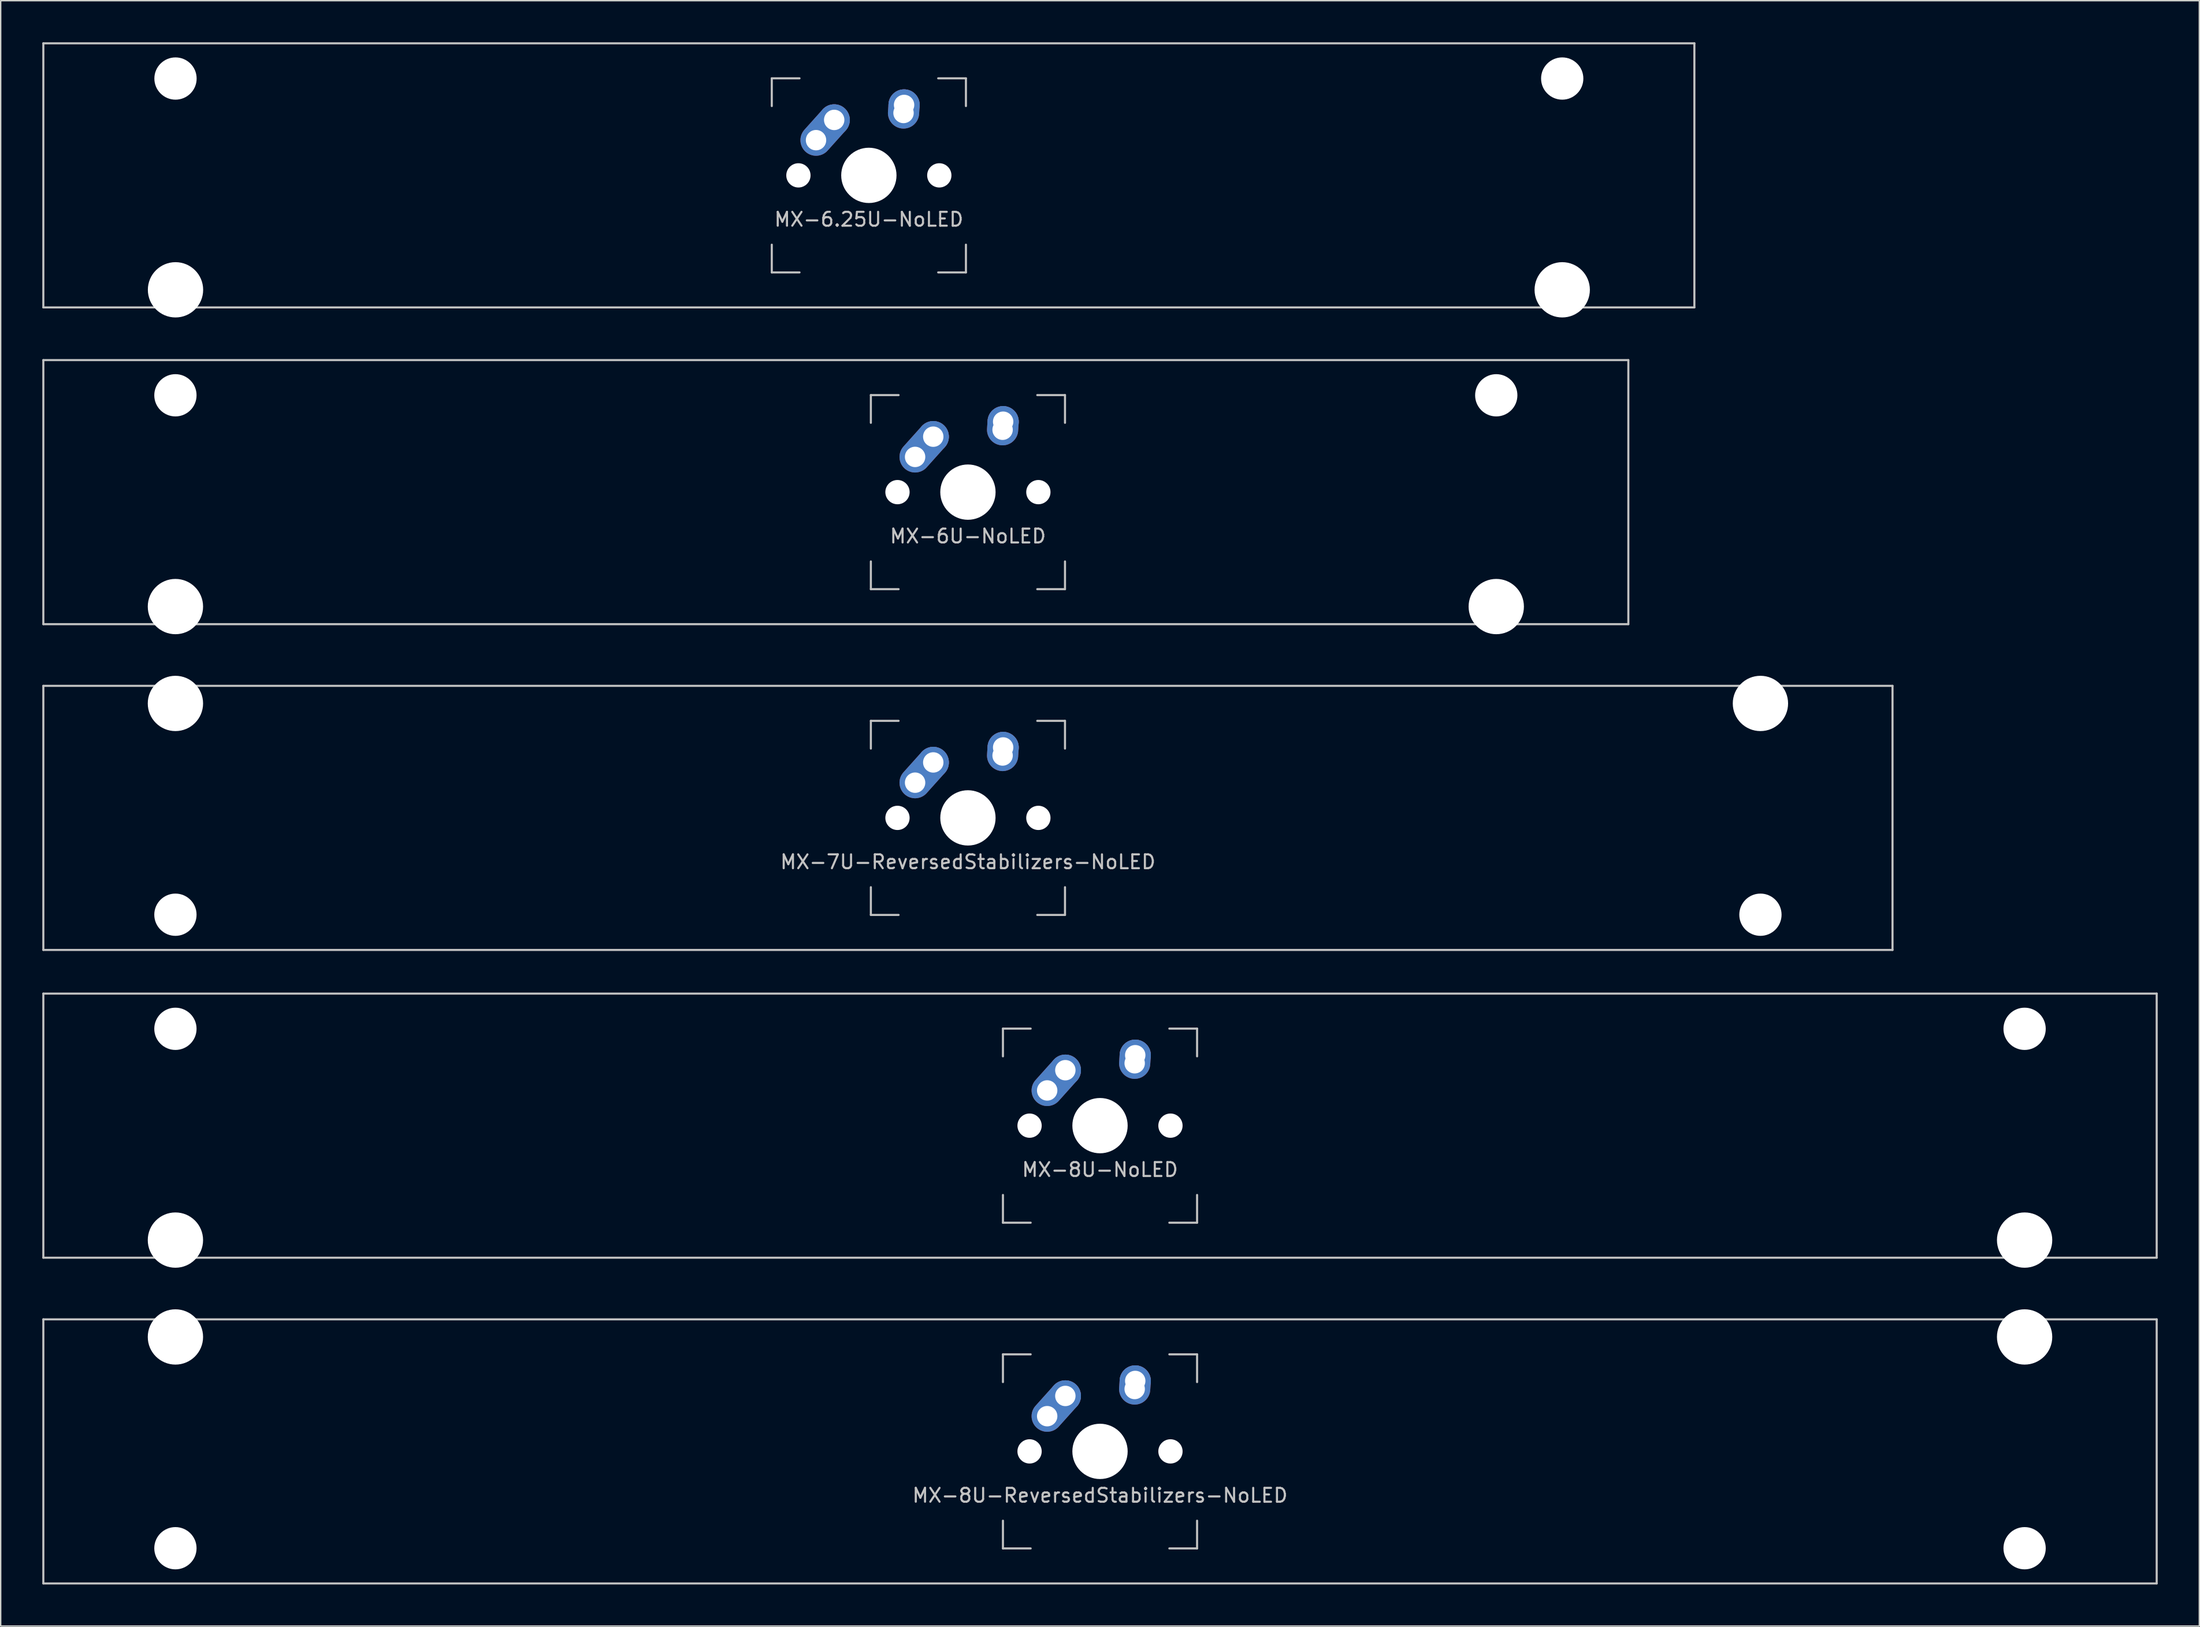
<source format=kicad_pcb>
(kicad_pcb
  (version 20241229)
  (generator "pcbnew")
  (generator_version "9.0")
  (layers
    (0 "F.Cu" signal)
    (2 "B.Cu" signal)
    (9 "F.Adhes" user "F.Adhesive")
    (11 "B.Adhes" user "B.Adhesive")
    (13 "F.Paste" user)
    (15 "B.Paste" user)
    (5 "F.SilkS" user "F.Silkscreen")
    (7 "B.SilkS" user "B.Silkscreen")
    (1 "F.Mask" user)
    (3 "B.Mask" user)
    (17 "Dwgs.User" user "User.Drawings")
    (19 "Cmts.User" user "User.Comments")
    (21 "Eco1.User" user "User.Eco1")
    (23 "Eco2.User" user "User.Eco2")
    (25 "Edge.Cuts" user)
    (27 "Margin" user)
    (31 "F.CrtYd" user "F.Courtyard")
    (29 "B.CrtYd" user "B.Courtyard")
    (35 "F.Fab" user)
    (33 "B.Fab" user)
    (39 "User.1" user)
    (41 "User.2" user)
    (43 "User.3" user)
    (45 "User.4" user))
  (footprint "MX-8U-ReversedStabilizers-NoLED"
    (layer "F.Cu")
    (at 76.275 101.644)
    (property "Reference" "MX-8U-ReversedStabilizers-NoLED" (at 0 3.175 0) (layer "Dwgs.User") (effects (font (size 1 1) (thickness 0.15))))
    (attr through_hole)
    (fp_line (start -76.2 -9.525) (end 76.2 -9.525) (stroke (width 0.15) (type solid)) (layer "Dwgs.User"))
    (fp_line (start -76.2 9.525) (end -76.2 -9.525) (stroke (width 0.15) (type solid)) (layer "Dwgs.User"))
    (fp_line (start -76.2 9.525) (end 76.2 9.525) (stroke (width 0.15) (type solid)) (layer "Dwgs.User"))
    (fp_line (start -7 -7) (end -7 -5) (stroke (width 0.15) (type solid)) (layer "Dwgs.User"))
    (fp_line (start -7 5) (end -7 7) (stroke (width 0.15) (type solid)) (layer "Dwgs.User"))
    (fp_line (start -7 7) (end -5 7) (stroke (width 0.15) (type solid)) (layer "Dwgs.User"))
    (fp_line (start -5 -7) (end -7 -7) (stroke (width 0.15) (type solid)) (layer "Dwgs.User"))
    (fp_line (start 5 -7) (end 7 -7) (stroke (width 0.15) (type solid)) (layer "Dwgs.User"))
    (fp_line (start 5 7) (end 7 7) (stroke (width 0.15) (type solid)) (layer "Dwgs.User"))
    (fp_line (start 7 -7) (end 7 -5) (stroke (width 0.15) (type solid)) (layer "Dwgs.User"))
    (fp_line (start 7 7) (end 7 5) (stroke (width 0.15) (type solid)) (layer "Dwgs.User"))
    (fp_line (start 76.2 -9.525) (end 76.2 9.525) (stroke (width 0.15) (type solid)) (layer "Dwgs.User"))
    (pad "" np_thru_hole circle (at -66.675 -8.255) (size 3.988 3.988) (drill 3.988) (layers "*.Cu" "*.Mask"))
    (pad "" np_thru_hole circle (at -66.675 6.985) (size 3.048 3.048) (drill 3.048) (layers "*.Cu" "*.Mask"))
    (pad "" np_thru_hole circle (at -5.08 0 48.1) (size 1.75 1.75) (drill 1.75) (layers "*.Cu" "*.Mask"))
    (pad "" np_thru_hole circle (at 0 0) (size 3.988 3.988) (drill 3.988) (layers "*.Cu" "*.Mask"))
    (pad "" np_thru_hole circle (at 5.08 0 48.1) (size 1.75 1.75) (drill 1.75) (layers "*.Cu" "*.Mask"))
    (pad "" np_thru_hole circle (at 66.675 -8.255) (size 3.988 3.988) (drill 3.988) (layers "*.Cu" "*.Mask"))
    (pad "" np_thru_hole circle (at 66.675 6.985) (size 3.048 3.048) (drill 3.048) (layers "*.Cu" "*.Mask"))
    (pad "1" thru_hole oval (at -3.81 -2.54 48.1) (size 4.212 2.25) (drill 1.47 (offset 0.981 0)) (layers "*.Cu" "B.Mask"))
    (pad "1" thru_hole circle (at -2.5 -4) (size 2.25 2.25) (drill 1.47) (layers "*.Cu" "B.Mask"))
    (pad "2" thru_hole oval (at 2.5 -4.5 86.055) (size 2.831 2.25) (drill 1.47 (offset 0.291 0)) (layers "*.Cu" "B.Mask"))
    (pad "2" thru_hole circle (at 2.54 -5.08) (size 2.25 2.25) (drill 1.47) (layers "*.Cu" "B.Mask")))
  (footprint "MX-8U-NoLED"
    (layer "F.Cu")
    (at 76.275 78.147)
    (property "Reference" "MX-8U-NoLED" (at 0 3.175 0) (layer "Dwgs.User") (effects (font (size 1 1) (thickness 0.15))))
    (attr through_hole)
    (fp_line (start -76.2 -9.525) (end 76.2 -9.525) (stroke (width 0.15) (type solid)) (layer "Dwgs.User"))
    (fp_line (start -76.2 9.525) (end -76.2 -9.525) (stroke (width 0.15) (type solid)) (layer "Dwgs.User"))
    (fp_line (start -76.2 9.525) (end 76.2 9.525) (stroke (width 0.15) (type solid)) (layer "Dwgs.User"))
    (fp_line (start -7 -7) (end -7 -5) (stroke (width 0.15) (type solid)) (layer "Dwgs.User"))
    (fp_line (start -7 5) (end -7 7) (stroke (width 0.15) (type solid)) (layer "Dwgs.User"))
    (fp_line (start -7 7) (end -5 7) (stroke (width 0.15) (type solid)) (layer "Dwgs.User"))
    (fp_line (start -5 -7) (end -7 -7) (stroke (width 0.15) (type solid)) (layer "Dwgs.User"))
    (fp_line (start 5 -7) (end 7 -7) (stroke (width 0.15) (type solid)) (layer "Dwgs.User"))
    (fp_line (start 5 7) (end 7 7) (stroke (width 0.15) (type solid)) (layer "Dwgs.User"))
    (fp_line (start 7 -7) (end 7 -5) (stroke (width 0.15) (type solid)) (layer "Dwgs.User"))
    (fp_line (start 7 7) (end 7 5) (stroke (width 0.15) (type solid)) (layer "Dwgs.User"))
    (fp_line (start 76.2 -9.525) (end 76.2 9.525) (stroke (width 0.15) (type solid)) (layer "Dwgs.User"))
    (pad "" np_thru_hole circle (at -66.675 -6.985) (size 3.048 3.048) (drill 3.048) (layers "*.Cu" "*.Mask"))
    (pad "" np_thru_hole circle (at -66.675 8.255) (size 3.988 3.988) (drill 3.988) (layers "*.Cu" "*.Mask"))
    (pad "" np_thru_hole circle (at -5.08 0 48.1) (size 1.75 1.75) (drill 1.75) (layers "*.Cu" "*.Mask"))
    (pad "" np_thru_hole circle (at 0 0) (size 3.988 3.988) (drill 3.988) (layers "*.Cu" "*.Mask"))
    (pad "" np_thru_hole circle (at 5.08 0 48.1) (size 1.75 1.75) (drill 1.75) (layers "*.Cu" "*.Mask"))
    (pad "" np_thru_hole circle (at 66.675 -6.985) (size 3.048 3.048) (drill 3.048) (layers "*.Cu" "*.Mask"))
    (pad "" np_thru_hole circle (at 66.675 8.255) (size 3.988 3.988) (drill 3.988) (layers "*.Cu" "*.Mask"))
    (pad "1" thru_hole oval (at -3.81 -2.54 48.1) (size 4.212 2.25) (drill 1.47 (offset 0.981 0)) (layers "*.Cu" "B.Mask"))
    (pad "1" thru_hole circle (at -2.5 -4) (size 2.25 2.25) (drill 1.47) (layers "*.Cu" "B.Mask"))
    (pad "2" thru_hole oval (at 2.5 -4.5 86.055) (size 2.831 2.25) (drill 1.47 (offset 0.291 0)) (layers "*.Cu" "B.Mask"))
    (pad "2" thru_hole circle (at 2.54 -5.08) (size 2.25 2.25) (drill 1.47) (layers "*.Cu" "B.Mask")))
  (footprint "MX-6U-NoLED"
    (layer "F.Cu")
    (at 57.225 32.449)
    (property "Reference" "MX-6U-NoLED" (at 9.525 3.175 0) (layer "Dwgs.User") (effects (font (size 1 1) (thickness 0.15))))
    (attr through_hole)
    (fp_line (start -57.15 -9.525) (end 57.15 -9.525) (stroke (width 0.15) (type solid)) (layer "Dwgs.User"))
    (fp_line (start -57.15 9.525) (end -57.15 -9.525) (stroke (width 0.15) (type solid)) (layer "Dwgs.User"))
    (fp_line (start -57.15 9.525) (end 57.15 9.525) (stroke (width 0.15) (type solid)) (layer "Dwgs.User"))
    (fp_line (start 2.525 -7) (end 2.525 -5) (stroke (width 0.15) (type solid)) (layer "Dwgs.User"))
    (fp_line (start 2.525 5) (end 2.525 7) (stroke (width 0.15) (type solid)) (layer "Dwgs.User"))
    (fp_line (start 2.525 7) (end 4.525 7) (stroke (width 0.15) (type solid)) (layer "Dwgs.User"))
    (fp_line (start 4.525 -7) (end 2.525 -7) (stroke (width 0.15) (type solid)) (layer "Dwgs.User"))
    (fp_line (start 14.525 -7) (end 16.525 -7) (stroke (width 0.15) (type solid)) (layer "Dwgs.User"))
    (fp_line (start 14.525 7) (end 16.525 7) (stroke (width 0.15) (type solid)) (layer "Dwgs.User"))
    (fp_line (start 16.525 -7) (end 16.525 -5) (stroke (width 0.15) (type solid)) (layer "Dwgs.User"))
    (fp_line (start 16.525 7) (end 16.525 5) (stroke (width 0.15) (type solid)) (layer "Dwgs.User"))
    (fp_line (start 57.15 -9.525) (end 57.15 9.525) (stroke (width 0.15) (type solid)) (layer "Dwgs.User"))
    (pad "" np_thru_hole circle (at -47.625 -6.985) (size 3.048 3.048) (drill 3.048) (layers "*.Cu" "*.Mask"))
    (pad "" np_thru_hole circle (at -47.625 8.255) (size 3.988 3.988) (drill 3.988) (layers "*.Cu" "*.Mask"))
    (pad "" np_thru_hole circle (at 4.445 0 48.1) (size 1.75 1.75) (drill 1.75) (layers "*.Cu" "*.Mask"))
    (pad "" np_thru_hole circle (at 9.525 0) (size 3.988 3.988) (drill 3.988) (layers "*.Cu" "*.Mask"))
    (pad "" np_thru_hole circle (at 14.605 0 48.1) (size 1.75 1.75) (drill 1.75) (layers "*.Cu" "*.Mask"))
    (pad "" np_thru_hole circle (at 47.625 -6.985) (size 3.048 3.048) (drill 3.048) (layers "*.Cu" "*.Mask"))
    (pad "" np_thru_hole circle (at 47.625 8.255) (size 3.988 3.988) (drill 3.988) (layers "*.Cu" "*.Mask"))
    (pad "1" thru_hole oval (at 5.715 -2.54 48.1) (size 4.212 2.25) (drill 1.47 (offset 0.981 0)) (layers "*.Cu" "B.Mask"))
    (pad "1" thru_hole circle (at 7.025 -4) (size 2.25 2.25) (drill 1.47) (layers "*.Cu" "B.Mask"))
    (pad "2" thru_hole oval (at 12.025 -4.5 86.055) (size 2.831 2.25) (drill 1.47 (offset 0.291 0)) (layers "*.Cu" "B.Mask"))
    (pad "2" thru_hole circle (at 12.065 -5.08) (size 2.25 2.25) (drill 1.47) (layers "*.Cu" "B.Mask")))
  (footprint "MX-7U-ReversedStabilizers-NoLED"
    (layer "F.Cu")
    (at 66.75 55.947)
    (property "Reference" "MX-7U-ReversedStabilizers-NoLED" (at 0 3.175 0) (layer "Dwgs.User") (effects (font (size 1 1) (thickness 0.15))))
    (attr through_hole)
    (fp_line (start -66.675 -9.525) (end 66.675 -9.525) (stroke (width 0.15) (type solid)) (layer "Dwgs.User"))
    (fp_line (start -66.675 9.525) (end -66.675 -9.525) (stroke (width 0.15) (type solid)) (layer "Dwgs.User"))
    (fp_line (start -66.675 9.525) (end 66.675 9.525) (stroke (width 0.15) (type solid)) (layer "Dwgs.User"))
    (fp_line (start -7 -7) (end -7 -5) (stroke (width 0.15) (type solid)) (layer "Dwgs.User"))
    (fp_line (start -7 5) (end -7 7) (stroke (width 0.15) (type solid)) (layer "Dwgs.User"))
    (fp_line (start -7 7) (end -5 7) (stroke (width 0.15) (type solid)) (layer "Dwgs.User"))
    (fp_line (start -5 -7) (end -7 -7) (stroke (width 0.15) (type solid)) (layer "Dwgs.User"))
    (fp_line (start 5 -7) (end 7 -7) (stroke (width 0.15) (type solid)) (layer "Dwgs.User"))
    (fp_line (start 5 7) (end 7 7) (stroke (width 0.15) (type solid)) (layer "Dwgs.User"))
    (fp_line (start 7 -7) (end 7 -5) (stroke (width 0.15) (type solid)) (layer "Dwgs.User"))
    (fp_line (start 7 7) (end 7 5) (stroke (width 0.15) (type solid)) (layer "Dwgs.User"))
    (fp_line (start 66.675 -9.525) (end 66.675 9.525) (stroke (width 0.15) (type solid)) (layer "Dwgs.User"))
    (pad "" np_thru_hole circle (at -57.15 -8.255) (size 3.988 3.988) (drill 3.988) (layers "*.Cu" "*.Mask"))
    (pad "" np_thru_hole circle (at -57.15 6.985) (size 3.048 3.048) (drill 3.048) (layers "*.Cu" "*.Mask"))
    (pad "" np_thru_hole circle (at -5.08 0 48.1) (size 1.75 1.75) (drill 1.75) (layers "*.Cu" "*.Mask"))
    (pad "" np_thru_hole circle (at 0 0) (size 3.988 3.988) (drill 3.988) (layers "*.Cu" "*.Mask"))
    (pad "" np_thru_hole circle (at 5.08 0 48.1) (size 1.75 1.75) (drill 1.75) (layers "*.Cu" "*.Mask"))
    (pad "" np_thru_hole circle (at 57.15 -8.255) (size 3.988 3.988) (drill 3.988) (layers "*.Cu" "*.Mask"))
    (pad "" np_thru_hole circle (at 57.15 6.985) (size 3.048 3.048) (drill 3.048) (layers "*.Cu" "*.Mask"))
    (pad "1" thru_hole oval (at -3.81 -2.54 48.1) (size 4.212 2.25) (drill 1.47 (offset 0.981 0)) (layers "*.Cu" "B.Mask"))
    (pad "1" thru_hole circle (at -2.5 -4) (size 2.25 2.25) (drill 1.47) (layers "*.Cu" "B.Mask"))
    (pad "2" thru_hole oval (at 2.5 -4.5 86.055) (size 2.831 2.25) (drill 1.47 (offset 0.291 0)) (layers "*.Cu" "B.Mask"))
    (pad "2" thru_hole circle (at 2.54 -5.08) (size 2.25 2.25) (drill 1.47) (layers "*.Cu" "B.Mask")))
  (footprint "MX-6.25U-NoLED"
    (layer "F.Cu")
    (at 59.606 9.6)
    (property "Reference" "MX-6.25U-NoLED" (at 0 3.175 0) (layer "Dwgs.User") (effects (font (size 1 1) (thickness 0.15))))
    (attr through_hole)
    (fp_line (start -59.531 -9.525) (end 59.531 -9.525) (stroke (width 0.15) (type solid)) (layer "Dwgs.User"))
    (fp_line (start -59.531 9.525) (end -59.531 -9.525) (stroke (width 0.15) (type solid)) (layer "Dwgs.User"))
    (fp_line (start -59.531 9.525) (end 59.531 9.525) (stroke (width 0.15) (type solid)) (layer "Dwgs.User"))
    (fp_line (start -7 -7) (end -7 -5) (stroke (width 0.15) (type solid)) (layer "Dwgs.User"))
    (fp_line (start -7 5) (end -7 7) (stroke (width 0.15) (type solid)) (layer "Dwgs.User"))
    (fp_line (start -7 7) (end -5 7) (stroke (width 0.15) (type solid)) (layer "Dwgs.User"))
    (fp_line (start -5 -7) (end -7 -7) (stroke (width 0.15) (type solid)) (layer "Dwgs.User"))
    (fp_line (start 5 -7) (end 7 -7) (stroke (width 0.15) (type solid)) (layer "Dwgs.User"))
    (fp_line (start 5 7) (end 7 7) (stroke (width 0.15) (type solid)) (layer "Dwgs.User"))
    (fp_line (start 7 -7) (end 7 -5) (stroke (width 0.15) (type solid)) (layer "Dwgs.User"))
    (fp_line (start 7 7) (end 7 5) (stroke (width 0.15) (type solid)) (layer "Dwgs.User"))
    (fp_line (start 59.531 -9.525) (end 59.531 9.525) (stroke (width 0.15) (type solid)) (layer "Dwgs.User"))
    (pad "" np_thru_hole circle (at -50 -6.985) (size 3.048 3.048) (drill 3.048) (layers "*.Cu" "*.Mask"))
    (pad "" np_thru_hole circle (at -50 8.255) (size 3.988 3.988) (drill 3.988) (layers "*.Cu" "*.Mask"))
    (pad "" np_thru_hole circle (at -5.08 0 48.1) (size 1.75 1.75) (drill 1.75) (layers "*.Cu" "*.Mask"))
    (pad "" np_thru_hole circle (at 0 0) (size 3.988 3.988) (drill 3.988) (layers "*.Cu" "*.Mask"))
    (pad "" np_thru_hole circle (at 5.08 0 48.1) (size 1.75 1.75) (drill 1.75) (layers "*.Cu" "*.Mask"))
    (pad "" np_thru_hole circle (at 50 -6.985) (size 3.048 3.048) (drill 3.048) (layers "*.Cu" "*.Mask"))
    (pad "" np_thru_hole circle (at 50 8.255) (size 3.988 3.988) (drill 3.988) (layers "*.Cu" "*.Mask"))
    (pad "1" thru_hole oval (at -3.81 -2.54 48.1) (size 4.212 2.25) (drill 1.47 (offset 0.981 0)) (layers "*.Cu" "B.Mask"))
    (pad "1" thru_hole circle (at -2.5 -4) (size 2.25 2.25) (drill 1.47) (layers "*.Cu" "B.Mask"))
    (pad "2" thru_hole oval (at 2.5 -4.5 86.055) (size 2.831 2.25) (drill 1.47 (offset 0.291 0)) (layers "*.Cu" "B.Mask"))
    (pad "2" thru_hole circle (at 2.54 -5.08) (size 2.25 2.25) (drill 1.47) (layers "*.Cu" "B.Mask")))
  (gr_rect
    (start -3 -3)
    (end 155.55 114.245)
    (stroke (width 0.1) (type default))
    (fill no)
    (layer "Edge.Cuts")))
</source>
